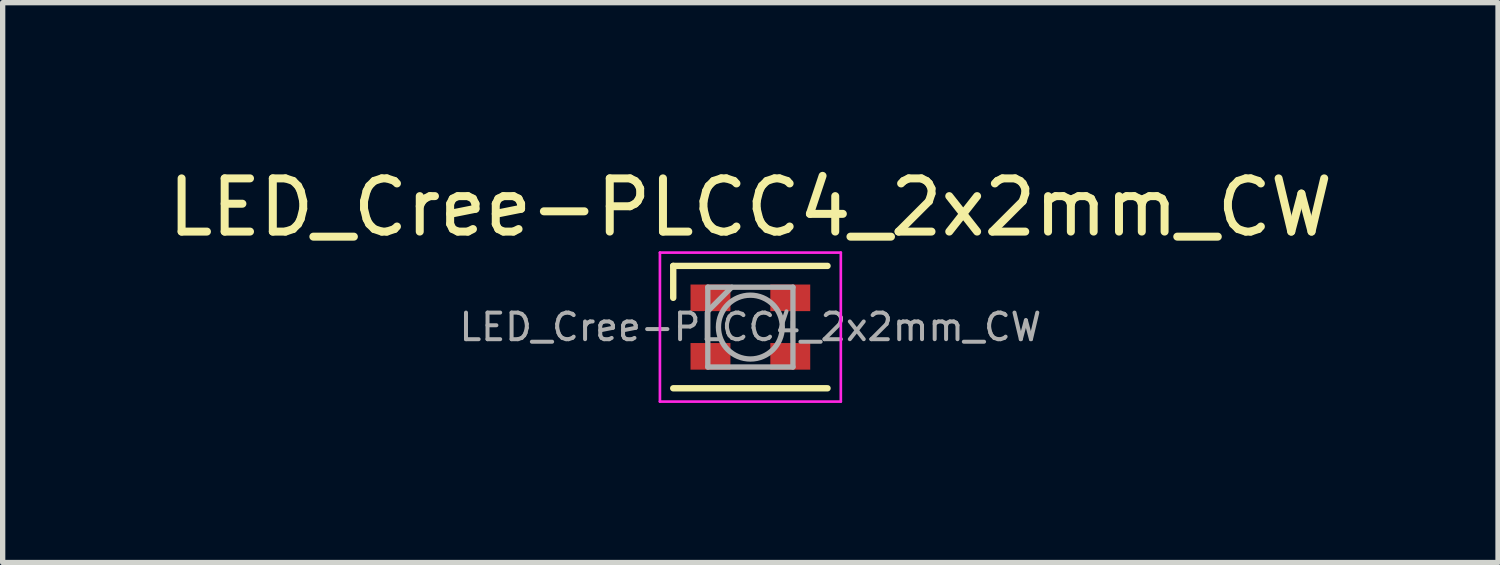
<source format=kicad_pcb>
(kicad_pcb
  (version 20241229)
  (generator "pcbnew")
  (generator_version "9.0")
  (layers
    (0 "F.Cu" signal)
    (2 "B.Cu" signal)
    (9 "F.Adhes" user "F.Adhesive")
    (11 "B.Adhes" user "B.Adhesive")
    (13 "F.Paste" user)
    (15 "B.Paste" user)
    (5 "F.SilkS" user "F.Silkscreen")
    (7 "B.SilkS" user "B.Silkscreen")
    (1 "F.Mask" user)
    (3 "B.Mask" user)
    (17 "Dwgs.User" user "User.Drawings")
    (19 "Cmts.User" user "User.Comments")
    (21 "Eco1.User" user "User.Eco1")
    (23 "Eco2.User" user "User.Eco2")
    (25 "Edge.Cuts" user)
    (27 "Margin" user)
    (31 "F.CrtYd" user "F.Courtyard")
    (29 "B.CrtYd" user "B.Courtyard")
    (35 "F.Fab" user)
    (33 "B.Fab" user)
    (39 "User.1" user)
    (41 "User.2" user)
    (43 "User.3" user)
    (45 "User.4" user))
  (footprint "LED_Cree-PLCC4_2x2mm_CW"
    (layer "F.Cu")
    (at 11.054 3.098)
    (property "Reference" "LED_Cree-PLCC4_2x2mm_CW" (at 0 -2.25 0) (layer "F.SilkS") (effects (font (size 1 1) (thickness 0.15))))
    (attr smd)
    (fp_line (start -1.45 -1.15) (end 1.45 -1.15) (stroke (width 0.12) (type solid)) (layer "F.SilkS"))
    (fp_line (start -1.45 -0.55) (end -1.45 -1.15) (stroke (width 0.12) (type solid)) (layer "F.SilkS"))
    (fp_line (start -1.45 1.15) (end 1.45 1.15) (stroke (width 0.12) (type solid)) (layer "F.SilkS"))
    (fp_line (start -1.7 -1.4) (end -1.7 1.4) (stroke (width 0.05) (type solid)) (layer "F.CrtYd"))
    (fp_line (start -1.7 1.4) (end 1.7 1.4) (stroke (width 0.05) (type solid)) (layer "F.CrtYd"))
    (fp_line (start 1.7 -1.4) (end -1.7 -1.4) (stroke (width 0.05) (type solid)) (layer "F.CrtYd"))
    (fp_line (start 1.7 1.4) (end 1.7 -1.4) (stroke (width 0.05) (type solid)) (layer "F.CrtYd"))
    (fp_line (start -0.8 -0.75) (end -0.8 0.75) (stroke (width 0.1) (type solid)) (layer "F.Fab"))
    (fp_line (start -0.8 0.75) (end 0.8 0.75) (stroke (width 0.1) (type solid)) (layer "F.Fab"))
    (fp_line (start -0.35 -0.75) (end -0.8 -0.3) (stroke (width 0.1) (type solid)) (layer "F.Fab"))
    (fp_line (start 0.8 -0.75) (end -0.8 -0.75) (stroke (width 0.1) (type solid)) (layer "F.Fab"))
    (fp_line (start 0.8 0.75) (end 0.8 -0.75) (stroke (width 0.1) (type solid)) (layer "F.Fab"))
    (fp_circle (center 0 0) (end 0.6 0) (stroke (width 0.1) (type solid)) (fill no) (layer "F.Fab"))
    (fp_text user "${REFERENCE}" (at 0 0 0) (layer "F.Fab") (effects (font (size 0.5 0.5) (thickness 0.075))))
    (pad "1" smd rect (at -0.75 -0.55) (size 0.75 0.5) (layers "F.Cu" "F.Mask" "F.Paste"))
    (pad "2" smd rect (at 0.75 -0.55) (size 0.75 0.5) (layers "F.Cu" "F.Mask" "F.Paste"))
    (pad "3" smd rect (at 0.75 0.55) (size 0.75 0.5) (layers "F.Cu" "F.Mask" "F.Paste"))
    (pad "4" smd rect (at -0.75 0.55) (size 0.75 0.5) (layers "F.Cu" "F.Mask" "F.Paste")))
  (gr_rect
    (start -3 -3)
    (end 25.107 7.523)
    (stroke (width 0.1) (type default))
    (fill no)
    (layer "Edge.Cuts")))
</source>
